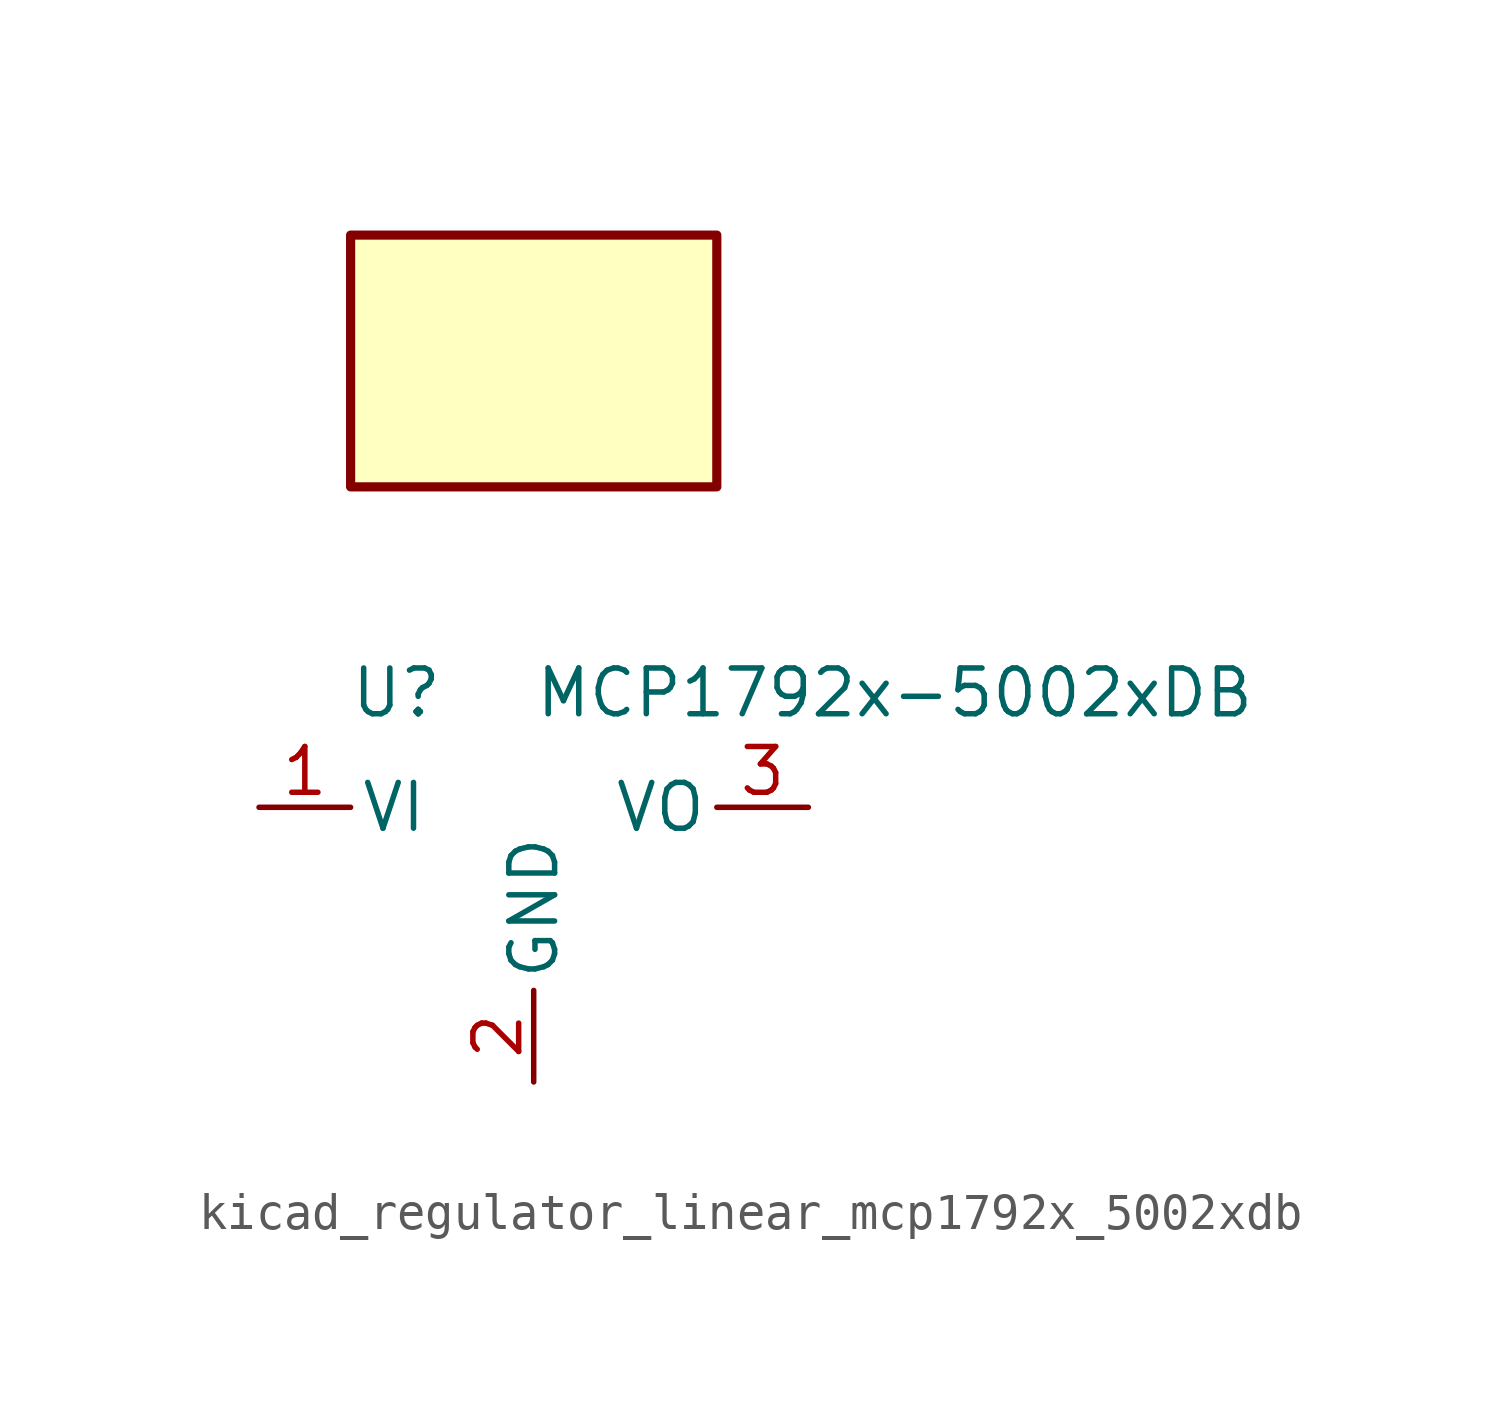
<source format=kicad_sym>
(kicad_symbol_lib
  (version 20220914)
  (generator kicad_symbol_editor)
  (symbol "kicad_regulator_linear_mcp1792x_5002xdb"
    (pin_names
      (offset 0.254))
    (property "Reference" "U"
      (at -3.81 3.175 0)
      (effects (font (size 1.27 1.27))))
    (property "Value" "MCP1792x-5002xDB"
      (at 0 3.175 0)
      (effects (font (size 1.27 1.27)) (justify left)))
    (symbol "kicad_regulator_linear_mcp1792x_5002xdb_0_1"
      (rectangle (start 5.08 15.875) (end -5.08 8.89) (stroke (width 0.254) (type default)) (fill (type background))))
    (symbol "kicad_regulator_linear_mcp1792x_5002xdb_1_1"
      (pin power_in line (at -7.62 0 0) (length 2.54) (name "VI" (effects (font (size 1.27 1.27)))) (number "1" (effects (font (size 1.27 1.27)))))
      (pin power_in line (at 0 -7.62 90) (length 2.54) (name "GND" (effects (font (size 1.27 1.27)))) (number "2" (effects (font (size 1.27 1.27)))))
      (pin power_out line (at 7.62 0 180) (length 2.54) (name "VO" (effects (font (size 1.27 1.27)))) (number "3" (effects (font (size 1.27 1.27))))))))
</source>
